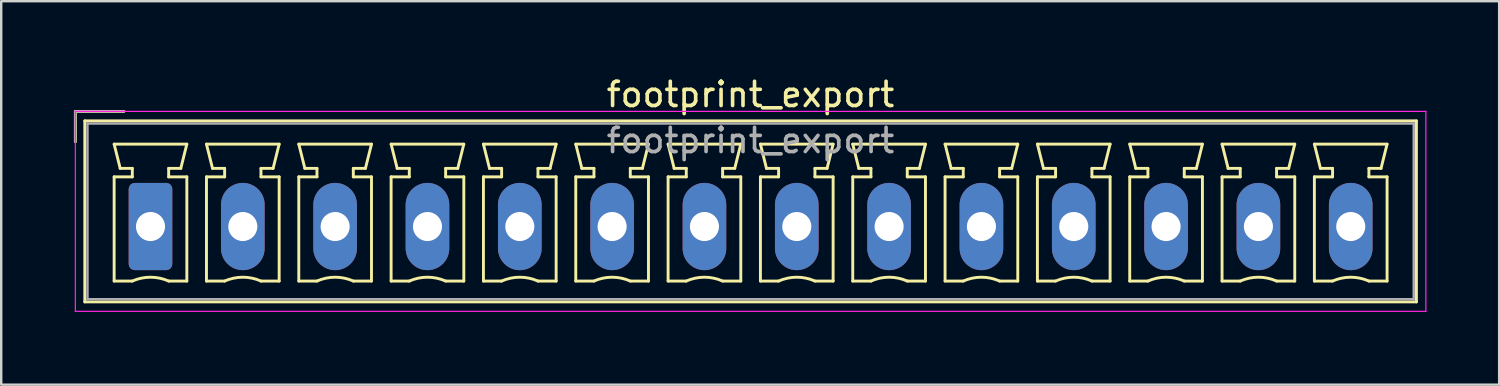
<source format=kicad_pcb>
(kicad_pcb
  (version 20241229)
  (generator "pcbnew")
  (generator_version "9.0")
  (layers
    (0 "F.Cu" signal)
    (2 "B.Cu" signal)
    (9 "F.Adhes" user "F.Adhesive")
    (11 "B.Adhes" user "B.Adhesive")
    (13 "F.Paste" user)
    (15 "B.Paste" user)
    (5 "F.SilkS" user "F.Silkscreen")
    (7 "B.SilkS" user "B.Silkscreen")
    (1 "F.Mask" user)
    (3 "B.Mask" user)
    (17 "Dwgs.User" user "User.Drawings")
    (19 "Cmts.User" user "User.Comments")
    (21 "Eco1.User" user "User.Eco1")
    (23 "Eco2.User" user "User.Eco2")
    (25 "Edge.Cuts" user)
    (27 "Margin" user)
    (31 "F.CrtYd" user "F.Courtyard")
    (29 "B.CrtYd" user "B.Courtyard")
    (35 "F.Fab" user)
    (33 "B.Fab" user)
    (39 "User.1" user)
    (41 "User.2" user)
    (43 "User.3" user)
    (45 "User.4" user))
  (footprint "footprint_export"
    (layer "F.Cu")
    (at 3.16 6.298)
    (property "Reference" "footprint_export" (at 24.76 -5.45 0) (layer "F.SilkS") (effects (font (size 1 1) (thickness 0.15))))
    (attr through_hole)
    (fp_line (start -3.1 -4.75) (end -1.1 -4.75) (stroke (width 0.12) (type solid)) (layer "F.SilkS"))
    (fp_line (start -3.1 -3.5) (end -3.1 -4.75) (stroke (width 0.12) (type solid)) (layer "F.SilkS"))
    (fp_line (start -2.71 -4.36) (end -2.71 3.11) (stroke (width 0.12) (type solid)) (layer "F.SilkS"))
    (fp_line (start -2.71 3.11) (end 52.24 3.11) (stroke (width 0.12) (type solid)) (layer "F.SilkS"))
    (fp_line (start -1.5 -3.4) (end 1.5 -3.4) (stroke (width 0.12) (type solid)) (layer "F.SilkS"))
    (fp_line (start -1.5 -2.05) (end -0.75 -2.05) (stroke (width 0.12) (type solid)) (layer "F.SilkS"))
    (fp_line (start -1.5 2.25) (end -1.5 -2.05) (stroke (width 0.12) (type solid)) (layer "F.SilkS"))
    (fp_line (start -1.25 -2.4) (end -1.5 -3.4) (stroke (width 0.12) (type solid)) (layer "F.SilkS"))
    (fp_line (start -0.75 -2.4) (end -1.25 -2.4) (stroke (width 0.12) (type solid)) (layer "F.SilkS"))
    (fp_line (start -0.75 -2.05) (end -0.75 -2.4) (stroke (width 0.12) (type solid)) (layer "F.SilkS"))
    (fp_line (start -0.75 2.25) (end -1.5 2.25) (stroke (width 0.12) (type solid)) (layer "F.SilkS"))
    (fp_line (start 0.75 -2.4) (end 0.75 -2.05) (stroke (width 0.12) (type solid)) (layer "F.SilkS"))
    (fp_line (start 0.75 -2.05) (end 1.5 -2.05) (stroke (width 0.12) (type solid)) (layer "F.SilkS"))
    (fp_line (start 1.25 -2.4) (end 0.75 -2.4) (stroke (width 0.12) (type solid)) (layer "F.SilkS"))
    (fp_line (start 1.5 -3.4) (end 1.25 -2.4) (stroke (width 0.12) (type solid)) (layer "F.SilkS"))
    (fp_line (start 1.5 -2.05) (end 1.5 2.25) (stroke (width 0.12) (type solid)) (layer "F.SilkS"))
    (fp_line (start 1.5 2.25) (end 0.75 2.25) (stroke (width 0.12) (type solid)) (layer "F.SilkS"))
    (fp_line (start 2.31 -3.4) (end 5.31 -3.4) (stroke (width 0.12) (type solid)) (layer "F.SilkS"))
    (fp_line (start 2.31 -2.05) (end 3.06 -2.05) (stroke (width 0.12) (type solid)) (layer "F.SilkS"))
    (fp_line (start 2.31 2.25) (end 2.31 -2.05) (stroke (width 0.12) (type solid)) (layer "F.SilkS"))
    (fp_line (start 2.56 -2.4) (end 2.31 -3.4) (stroke (width 0.12) (type solid)) (layer "F.SilkS"))
    (fp_line (start 3.06 -2.4) (end 2.56 -2.4) (stroke (width 0.12) (type solid)) (layer "F.SilkS"))
    (fp_line (start 3.06 -2.05) (end 3.06 -2.4) (stroke (width 0.12) (type solid)) (layer "F.SilkS"))
    (fp_line (start 3.06 2.25) (end 2.31 2.25) (stroke (width 0.12) (type solid)) (layer "F.SilkS"))
    (fp_line (start 4.56 -2.4) (end 4.56 -2.05) (stroke (width 0.12) (type solid)) (layer "F.SilkS"))
    (fp_line (start 4.56 -2.05) (end 5.31 -2.05) (stroke (width 0.12) (type solid)) (layer "F.SilkS"))
    (fp_line (start 5.06 -2.4) (end 4.56 -2.4) (stroke (width 0.12) (type solid)) (layer "F.SilkS"))
    (fp_line (start 5.31 -3.4) (end 5.06 -2.4) (stroke (width 0.12) (type solid)) (layer "F.SilkS"))
    (fp_line (start 5.31 -2.05) (end 5.31 2.25) (stroke (width 0.12) (type solid)) (layer "F.SilkS"))
    (fp_line (start 5.31 2.25) (end 4.56 2.25) (stroke (width 0.12) (type solid)) (layer "F.SilkS"))
    (fp_line (start 6.12 -3.4) (end 9.12 -3.4) (stroke (width 0.12) (type solid)) (layer "F.SilkS"))
    (fp_line (start 6.12 -2.05) (end 6.87 -2.05) (stroke (width 0.12) (type solid)) (layer "F.SilkS"))
    (fp_line (start 6.12 2.25) (end 6.12 -2.05) (stroke (width 0.12) (type solid)) (layer "F.SilkS"))
    (fp_line (start 6.37 -2.4) (end 6.12 -3.4) (stroke (width 0.12) (type solid)) (layer "F.SilkS"))
    (fp_line (start 6.87 -2.4) (end 6.37 -2.4) (stroke (width 0.12) (type solid)) (layer "F.SilkS"))
    (fp_line (start 6.87 -2.05) (end 6.87 -2.4) (stroke (width 0.12) (type solid)) (layer "F.SilkS"))
    (fp_line (start 6.87 2.25) (end 6.12 2.25) (stroke (width 0.12) (type solid)) (layer "F.SilkS"))
    (fp_line (start 8.37 -2.4) (end 8.37 -2.05) (stroke (width 0.12) (type solid)) (layer "F.SilkS"))
    (fp_line (start 8.37 -2.05) (end 9.12 -2.05) (stroke (width 0.12) (type solid)) (layer "F.SilkS"))
    (fp_line (start 8.87 -2.4) (end 8.37 -2.4) (stroke (width 0.12) (type solid)) (layer "F.SilkS"))
    (fp_line (start 9.12 -3.4) (end 8.87 -2.4) (stroke (width 0.12) (type solid)) (layer "F.SilkS"))
    (fp_line (start 9.12 -2.05) (end 9.12 2.25) (stroke (width 0.12) (type solid)) (layer "F.SilkS"))
    (fp_line (start 9.12 2.25) (end 8.37 2.25) (stroke (width 0.12) (type solid)) (layer "F.SilkS"))
    (fp_line (start 9.93 -3.4) (end 12.93 -3.4) (stroke (width 0.12) (type solid)) (layer "F.SilkS"))
    (fp_line (start 9.93 -2.05) (end 10.68 -2.05) (stroke (width 0.12) (type solid)) (layer "F.SilkS"))
    (fp_line (start 9.93 2.25) (end 9.93 -2.05) (stroke (width 0.12) (type solid)) (layer "F.SilkS"))
    (fp_line (start 10.18 -2.4) (end 9.93 -3.4) (stroke (width 0.12) (type solid)) (layer "F.SilkS"))
    (fp_line (start 10.68 -2.4) (end 10.18 -2.4) (stroke (width 0.12) (type solid)) (layer "F.SilkS"))
    (fp_line (start 10.68 -2.05) (end 10.68 -2.4) (stroke (width 0.12) (type solid)) (layer "F.SilkS"))
    (fp_line (start 10.68 2.25) (end 9.93 2.25) (stroke (width 0.12) (type solid)) (layer "F.SilkS"))
    (fp_line (start 12.18 -2.4) (end 12.18 -2.05) (stroke (width 0.12) (type solid)) (layer "F.SilkS"))
    (fp_line (start 12.18 -2.05) (end 12.93 -2.05) (stroke (width 0.12) (type solid)) (layer "F.SilkS"))
    (fp_line (start 12.68 -2.4) (end 12.18 -2.4) (stroke (width 0.12) (type solid)) (layer "F.SilkS"))
    (fp_line (start 12.93 -3.4) (end 12.68 -2.4) (stroke (width 0.12) (type solid)) (layer "F.SilkS"))
    (fp_line (start 12.93 -2.05) (end 12.93 2.25) (stroke (width 0.12) (type solid)) (layer "F.SilkS"))
    (fp_line (start 12.93 2.25) (end 12.18 2.25) (stroke (width 0.12) (type solid)) (layer "F.SilkS"))
    (fp_line (start 13.74 -3.4) (end 16.74 -3.4) (stroke (width 0.12) (type solid)) (layer "F.SilkS"))
    (fp_line (start 13.74 -2.05) (end 14.49 -2.05) (stroke (width 0.12) (type solid)) (layer "F.SilkS"))
    (fp_line (start 13.74 2.25) (end 13.74 -2.05) (stroke (width 0.12) (type solid)) (layer "F.SilkS"))
    (fp_line (start 13.99 -2.4) (end 13.74 -3.4) (stroke (width 0.12) (type solid)) (layer "F.SilkS"))
    (fp_line (start 14.49 -2.4) (end 13.99 -2.4) (stroke (width 0.12) (type solid)) (layer "F.SilkS"))
    (fp_line (start 14.49 -2.05) (end 14.49 -2.4) (stroke (width 0.12) (type solid)) (layer "F.SilkS"))
    (fp_line (start 14.49 2.25) (end 13.74 2.25) (stroke (width 0.12) (type solid)) (layer "F.SilkS"))
    (fp_line (start 15.99 -2.4) (end 15.99 -2.05) (stroke (width 0.12) (type solid)) (layer "F.SilkS"))
    (fp_line (start 15.99 -2.05) (end 16.74 -2.05) (stroke (width 0.12) (type solid)) (layer "F.SilkS"))
    (fp_line (start 16.49 -2.4) (end 15.99 -2.4) (stroke (width 0.12) (type solid)) (layer "F.SilkS"))
    (fp_line (start 16.74 -3.4) (end 16.49 -2.4) (stroke (width 0.12) (type solid)) (layer "F.SilkS"))
    (fp_line (start 16.74 -2.05) (end 16.74 2.25) (stroke (width 0.12) (type solid)) (layer "F.SilkS"))
    (fp_line (start 16.74 2.25) (end 15.99 2.25) (stroke (width 0.12) (type solid)) (layer "F.SilkS"))
    (fp_line (start 17.55 -3.4) (end 20.55 -3.4) (stroke (width 0.12) (type solid)) (layer "F.SilkS"))
    (fp_line (start 17.55 -2.05) (end 18.3 -2.05) (stroke (width 0.12) (type solid)) (layer "F.SilkS"))
    (fp_line (start 17.55 2.25) (end 17.55 -2.05) (stroke (width 0.12) (type solid)) (layer "F.SilkS"))
    (fp_line (start 17.8 -2.4) (end 17.55 -3.4) (stroke (width 0.12) (type solid)) (layer "F.SilkS"))
    (fp_line (start 18.3 -2.4) (end 17.8 -2.4) (stroke (width 0.12) (type solid)) (layer "F.SilkS"))
    (fp_line (start 18.3 -2.05) (end 18.3 -2.4) (stroke (width 0.12) (type solid)) (layer "F.SilkS"))
    (fp_line (start 18.3 2.25) (end 17.55 2.25) (stroke (width 0.12) (type solid)) (layer "F.SilkS"))
    (fp_line (start 19.8 -2.4) (end 19.8 -2.05) (stroke (width 0.12) (type solid)) (layer "F.SilkS"))
    (fp_line (start 19.8 -2.05) (end 20.55 -2.05) (stroke (width 0.12) (type solid)) (layer "F.SilkS"))
    (fp_line (start 20.3 -2.4) (end 19.8 -2.4) (stroke (width 0.12) (type solid)) (layer "F.SilkS"))
    (fp_line (start 20.55 -3.4) (end 20.3 -2.4) (stroke (width 0.12) (type solid)) (layer "F.SilkS"))
    (fp_line (start 20.55 -2.05) (end 20.55 2.25) (stroke (width 0.12) (type solid)) (layer "F.SilkS"))
    (fp_line (start 20.55 2.25) (end 19.8 2.25) (stroke (width 0.12) (type solid)) (layer "F.SilkS"))
    (fp_line (start 21.36 -3.4) (end 24.36 -3.4) (stroke (width 0.12) (type solid)) (layer "F.SilkS"))
    (fp_line (start 21.36 -2.05) (end 22.11 -2.05) (stroke (width 0.12) (type solid)) (layer "F.SilkS"))
    (fp_line (start 21.36 2.25) (end 21.36 -2.05) (stroke (width 0.12) (type solid)) (layer "F.SilkS"))
    (fp_line (start 21.61 -2.4) (end 21.36 -3.4) (stroke (width 0.12) (type solid)) (layer "F.SilkS"))
    (fp_line (start 22.11 -2.4) (end 21.61 -2.4) (stroke (width 0.12) (type solid)) (layer "F.SilkS"))
    (fp_line (start 22.11 -2.05) (end 22.11 -2.4) (stroke (width 0.12) (type solid)) (layer "F.SilkS"))
    (fp_line (start 22.11 2.25) (end 21.36 2.25) (stroke (width 0.12) (type solid)) (layer "F.SilkS"))
    (fp_line (start 23.61 -2.4) (end 23.61 -2.05) (stroke (width 0.12) (type solid)) (layer "F.SilkS"))
    (fp_line (start 23.61 -2.05) (end 24.36 -2.05) (stroke (width 0.12) (type solid)) (layer "F.SilkS"))
    (fp_line (start 24.11 -2.4) (end 23.61 -2.4) (stroke (width 0.12) (type solid)) (layer "F.SilkS"))
    (fp_line (start 24.36 -3.4) (end 24.11 -2.4) (stroke (width 0.12) (type solid)) (layer "F.SilkS"))
    (fp_line (start 24.36 -2.05) (end 24.36 2.25) (stroke (width 0.12) (type solid)) (layer "F.SilkS"))
    (fp_line (start 24.36 2.25) (end 23.61 2.25) (stroke (width 0.12) (type solid)) (layer "F.SilkS"))
    (fp_line (start 25.17 -3.4) (end 28.17 -3.4) (stroke (width 0.12) (type solid)) (layer "F.SilkS"))
    (fp_line (start 25.17 -2.05) (end 25.92 -2.05) (stroke (width 0.12) (type solid)) (layer "F.SilkS"))
    (fp_line (start 25.17 2.25) (end 25.17 -2.05) (stroke (width 0.12) (type solid)) (layer "F.SilkS"))
    (fp_line (start 25.42 -2.4) (end 25.17 -3.4) (stroke (width 0.12) (type solid)) (layer "F.SilkS"))
    (fp_line (start 25.92 -2.4) (end 25.42 -2.4) (stroke (width 0.12) (type solid)) (layer "F.SilkS"))
    (fp_line (start 25.92 -2.05) (end 25.92 -2.4) (stroke (width 0.12) (type solid)) (layer "F.SilkS"))
    (fp_line (start 25.92 2.25) (end 25.17 2.25) (stroke (width 0.12) (type solid)) (layer "F.SilkS"))
    (fp_line (start 27.42 -2.4) (end 27.42 -2.05) (stroke (width 0.12) (type solid)) (layer "F.SilkS"))
    (fp_line (start 27.42 -2.05) (end 28.17 -2.05) (stroke (width 0.12) (type solid)) (layer "F.SilkS"))
    (fp_line (start 27.92 -2.4) (end 27.42 -2.4) (stroke (width 0.12) (type solid)) (layer "F.SilkS"))
    (fp_line (start 28.17 -3.4) (end 27.92 -2.4) (stroke (width 0.12) (type solid)) (layer "F.SilkS"))
    (fp_line (start 28.17 -2.05) (end 28.17 2.25) (stroke (width 0.12) (type solid)) (layer "F.SilkS"))
    (fp_line (start 28.17 2.25) (end 27.42 2.25) (stroke (width 0.12) (type solid)) (layer "F.SilkS"))
    (fp_line (start 28.98 -3.4) (end 31.98 -3.4) (stroke (width 0.12) (type solid)) (layer "F.SilkS"))
    (fp_line (start 28.98 -2.05) (end 29.73 -2.05) (stroke (width 0.12) (type solid)) (layer "F.SilkS"))
    (fp_line (start 28.98 2.25) (end 28.98 -2.05) (stroke (width 0.12) (type solid)) (layer "F.SilkS"))
    (fp_line (start 29.23 -2.4) (end 28.98 -3.4) (stroke (width 0.12) (type solid)) (layer "F.SilkS"))
    (fp_line (start 29.73 -2.4) (end 29.23 -2.4) (stroke (width 0.12) (type solid)) (layer "F.SilkS"))
    (fp_line (start 29.73 -2.05) (end 29.73 -2.4) (stroke (width 0.12) (type solid)) (layer "F.SilkS"))
    (fp_line (start 29.73 2.25) (end 28.98 2.25) (stroke (width 0.12) (type solid)) (layer "F.SilkS"))
    (fp_line (start 31.23 -2.4) (end 31.23 -2.05) (stroke (width 0.12) (type solid)) (layer "F.SilkS"))
    (fp_line (start 31.23 -2.05) (end 31.98 -2.05) (stroke (width 0.12) (type solid)) (layer "F.SilkS"))
    (fp_line (start 31.73 -2.4) (end 31.23 -2.4) (stroke (width 0.12) (type solid)) (layer "F.SilkS"))
    (fp_line (start 31.98 -3.4) (end 31.73 -2.4) (stroke (width 0.12) (type solid)) (layer "F.SilkS"))
    (fp_line (start 31.98 -2.05) (end 31.98 2.25) (stroke (width 0.12) (type solid)) (layer "F.SilkS"))
    (fp_line (start 31.98 2.25) (end 31.23 2.25) (stroke (width 0.12) (type solid)) (layer "F.SilkS"))
    (fp_line (start 32.79 -3.4) (end 35.79 -3.4) (stroke (width 0.12) (type solid)) (layer "F.SilkS"))
    (fp_line (start 32.79 -2.05) (end 33.54 -2.05) (stroke (width 0.12) (type solid)) (layer "F.SilkS"))
    (fp_line (start 32.79 2.25) (end 32.79 -2.05) (stroke (width 0.12) (type solid)) (layer "F.SilkS"))
    (fp_line (start 33.04 -2.4) (end 32.79 -3.4) (stroke (width 0.12) (type solid)) (layer "F.SilkS"))
    (fp_line (start 33.54 -2.4) (end 33.04 -2.4) (stroke (width 0.12) (type solid)) (layer "F.SilkS"))
    (fp_line (start 33.54 -2.05) (end 33.54 -2.4) (stroke (width 0.12) (type solid)) (layer "F.SilkS"))
    (fp_line (start 33.54 2.25) (end 32.79 2.25) (stroke (width 0.12) (type solid)) (layer "F.SilkS"))
    (fp_line (start 35.04 -2.4) (end 35.04 -2.05) (stroke (width 0.12) (type solid)) (layer "F.SilkS"))
    (fp_line (start 35.04 -2.05) (end 35.79 -2.05) (stroke (width 0.12) (type solid)) (layer "F.SilkS"))
    (fp_line (start 35.54 -2.4) (end 35.04 -2.4) (stroke (width 0.12) (type solid)) (layer "F.SilkS"))
    (fp_line (start 35.79 -3.4) (end 35.54 -2.4) (stroke (width 0.12) (type solid)) (layer "F.SilkS"))
    (fp_line (start 35.79 -2.05) (end 35.79 2.25) (stroke (width 0.12) (type solid)) (layer "F.SilkS"))
    (fp_line (start 35.79 2.25) (end 35.04 2.25) (stroke (width 0.12) (type solid)) (layer "F.SilkS"))
    (fp_line (start 36.6 -3.4) (end 39.6 -3.4) (stroke (width 0.12) (type solid)) (layer "F.SilkS"))
    (fp_line (start 36.6 -2.05) (end 37.35 -2.05) (stroke (width 0.12) (type solid)) (layer "F.SilkS"))
    (fp_line (start 36.6 2.25) (end 36.6 -2.05) (stroke (width 0.12) (type solid)) (layer "F.SilkS"))
    (fp_line (start 36.85 -2.4) (end 36.6 -3.4) (stroke (width 0.12) (type solid)) (layer "F.SilkS"))
    (fp_line (start 37.35 -2.4) (end 36.85 -2.4) (stroke (width 0.12) (type solid)) (layer "F.SilkS"))
    (fp_line (start 37.35 -2.05) (end 37.35 -2.4) (stroke (width 0.12) (type solid)) (layer "F.SilkS"))
    (fp_line (start 37.35 2.25) (end 36.6 2.25) (stroke (width 0.12) (type solid)) (layer "F.SilkS"))
    (fp_line (start 38.85 -2.4) (end 38.85 -2.05) (stroke (width 0.12) (type solid)) (layer "F.SilkS"))
    (fp_line (start 38.85 -2.05) (end 39.6 -2.05) (stroke (width 0.12) (type solid)) (layer "F.SilkS"))
    (fp_line (start 39.35 -2.4) (end 38.85 -2.4) (stroke (width 0.12) (type solid)) (layer "F.SilkS"))
    (fp_line (start 39.6 -3.4) (end 39.35 -2.4) (stroke (width 0.12) (type solid)) (layer "F.SilkS"))
    (fp_line (start 39.6 -2.05) (end 39.6 2.25) (stroke (width 0.12) (type solid)) (layer "F.SilkS"))
    (fp_line (start 39.6 2.25) (end 38.85 2.25) (stroke (width 0.12) (type solid)) (layer "F.SilkS"))
    (fp_line (start 40.41 -3.4) (end 43.41 -3.4) (stroke (width 0.12) (type solid)) (layer "F.SilkS"))
    (fp_line (start 40.41 -2.05) (end 41.16 -2.05) (stroke (width 0.12) (type solid)) (layer "F.SilkS"))
    (fp_line (start 40.41 2.25) (end 40.41 -2.05) (stroke (width 0.12) (type solid)) (layer "F.SilkS"))
    (fp_line (start 40.66 -2.4) (end 40.41 -3.4) (stroke (width 0.12) (type solid)) (layer "F.SilkS"))
    (fp_line (start 41.16 -2.4) (end 40.66 -2.4) (stroke (width 0.12) (type solid)) (layer "F.SilkS"))
    (fp_line (start 41.16 -2.05) (end 41.16 -2.4) (stroke (width 0.12) (type solid)) (layer "F.SilkS"))
    (fp_line (start 41.16 2.25) (end 40.41 2.25) (stroke (width 0.12) (type solid)) (layer "F.SilkS"))
    (fp_line (start 42.66 -2.4) (end 42.66 -2.05) (stroke (width 0.12) (type solid)) (layer "F.SilkS"))
    (fp_line (start 42.66 -2.05) (end 43.41 -2.05) (stroke (width 0.12) (type solid)) (layer "F.SilkS"))
    (fp_line (start 43.16 -2.4) (end 42.66 -2.4) (stroke (width 0.12) (type solid)) (layer "F.SilkS"))
    (fp_line (start 43.41 -3.4) (end 43.16 -2.4) (stroke (width 0.12) (type solid)) (layer "F.SilkS"))
    (fp_line (start 43.41 -2.05) (end 43.41 2.25) (stroke (width 0.12) (type solid)) (layer "F.SilkS"))
    (fp_line (start 43.41 2.25) (end 42.66 2.25) (stroke (width 0.12) (type solid)) (layer "F.SilkS"))
    (fp_line (start 44.22 -3.4) (end 47.22 -3.4) (stroke (width 0.12) (type solid)) (layer "F.SilkS"))
    (fp_line (start 44.22 -2.05) (end 44.97 -2.05) (stroke (width 0.12) (type solid)) (layer "F.SilkS"))
    (fp_line (start 44.22 2.25) (end 44.22 -2.05) (stroke (width 0.12) (type solid)) (layer "F.SilkS"))
    (fp_line (start 44.47 -2.4) (end 44.22 -3.4) (stroke (width 0.12) (type solid)) (layer "F.SilkS"))
    (fp_line (start 44.97 -2.4) (end 44.47 -2.4) (stroke (width 0.12) (type solid)) (layer "F.SilkS"))
    (fp_line (start 44.97 -2.05) (end 44.97 -2.4) (stroke (width 0.12) (type solid)) (layer "F.SilkS"))
    (fp_line (start 44.97 2.25) (end 44.22 2.25) (stroke (width 0.12) (type solid)) (layer "F.SilkS"))
    (fp_line (start 46.47 -2.4) (end 46.47 -2.05) (stroke (width 0.12) (type solid)) (layer "F.SilkS"))
    (fp_line (start 46.47 -2.05) (end 47.22 -2.05) (stroke (width 0.12) (type solid)) (layer "F.SilkS"))
    (fp_line (start 46.97 -2.4) (end 46.47 -2.4) (stroke (width 0.12) (type solid)) (layer "F.SilkS"))
    (fp_line (start 47.22 -3.4) (end 46.97 -2.4) (stroke (width 0.12) (type solid)) (layer "F.SilkS"))
    (fp_line (start 47.22 -2.05) (end 47.22 2.25) (stroke (width 0.12) (type solid)) (layer "F.SilkS"))
    (fp_line (start 47.22 2.25) (end 46.47 2.25) (stroke (width 0.12) (type solid)) (layer "F.SilkS"))
    (fp_line (start 48.03 -3.4) (end 51.03 -3.4) (stroke (width 0.12) (type solid)) (layer "F.SilkS"))
    (fp_line (start 48.03 -2.05) (end 48.78 -2.05) (stroke (width 0.12) (type solid)) (layer "F.SilkS"))
    (fp_line (start 48.03 2.25) (end 48.03 -2.05) (stroke (width 0.12) (type solid)) (layer "F.SilkS"))
    (fp_line (start 48.28 -2.4) (end 48.03 -3.4) (stroke (width 0.12) (type solid)) (layer "F.SilkS"))
    (fp_line (start 48.78 -2.4) (end 48.28 -2.4) (stroke (width 0.12) (type solid)) (layer "F.SilkS"))
    (fp_line (start 48.78 -2.05) (end 48.78 -2.4) (stroke (width 0.12) (type solid)) (layer "F.SilkS"))
    (fp_line (start 48.78 2.25) (end 48.03 2.25) (stroke (width 0.12) (type solid)) (layer "F.SilkS"))
    (fp_line (start 50.28 -2.4) (end 50.28 -2.05) (stroke (width 0.12) (type solid)) (layer "F.SilkS"))
    (fp_line (start 50.28 -2.05) (end 51.03 -2.05) (stroke (width 0.12) (type solid)) (layer "F.SilkS"))
    (fp_line (start 50.78 -2.4) (end 50.28 -2.4) (stroke (width 0.12) (type solid)) (layer "F.SilkS"))
    (fp_line (start 51.03 -3.4) (end 50.78 -2.4) (stroke (width 0.12) (type solid)) (layer "F.SilkS"))
    (fp_line (start 51.03 -2.05) (end 51.03 2.25) (stroke (width 0.12) (type solid)) (layer "F.SilkS"))
    (fp_line (start 51.03 2.25) (end 50.28 2.25) (stroke (width 0.12) (type solid)) (layer "F.SilkS"))
    (fp_line (start 52.24 -4.36) (end -2.71 -4.36) (stroke (width 0.12) (type solid)) (layer "F.SilkS"))
    (fp_line (start 52.24 3.11) (end 52.24 -4.36) (stroke (width 0.12) (type solid)) (layer "F.SilkS"))
    (fp_arc (start -0.75 2.25) (mid -0.000193 2.09191) (end 0.749647 2.249844) (stroke (width 0.12) (type solid)) (layer "F.SilkS"))
    (fp_arc (start 3.06 2.25) (mid 3.809807 2.09191) (end 4.559647 2.249844) (stroke (width 0.12) (type solid)) (layer "F.SilkS"))
    (fp_arc (start 6.87 2.25) (mid 7.619807 2.09191) (end 8.369647 2.249844) (stroke (width 0.12) (type solid)) (layer "F.SilkS"))
    (fp_arc (start 10.68 2.25) (mid 11.429807 2.09191) (end 12.179647 2.249844) (stroke (width 0.12) (type solid)) (layer "F.SilkS"))
    (fp_arc (start 14.49 2.25) (mid 15.239807 2.09191) (end 15.989647 2.249844) (stroke (width 0.12) (type solid)) (layer "F.SilkS"))
    (fp_arc (start 18.3 2.25) (mid 19.049807 2.09191) (end 19.799647 2.249844) (stroke (width 0.12) (type solid)) (layer "F.SilkS"))
    (fp_arc (start 22.11 2.25) (mid 22.859807 2.09191) (end 23.609647 2.249844) (stroke (width 0.12) (type solid)) (layer "F.SilkS"))
    (fp_arc (start 25.92 2.25) (mid 26.669807 2.09191) (end 27.419647 2.249844) (stroke (width 0.12) (type solid)) (layer "F.SilkS"))
    (fp_arc (start 29.73 2.25) (mid 30.479807 2.09191) (end 31.229647 2.249844) (stroke (width 0.12) (type solid)) (layer "F.SilkS"))
    (fp_arc (start 33.54 2.25) (mid 34.289807 2.09191) (end 35.039647 2.249844) (stroke (width 0.12) (type solid)) (layer "F.SilkS"))
    (fp_arc (start 37.35 2.25) (mid 38.099807 2.09191) (end 38.849647 2.249844) (stroke (width 0.12) (type solid)) (layer "F.SilkS"))
    (fp_arc (start 41.16 2.25) (mid 41.909807 2.09191) (end 42.659647 2.249844) (stroke (width 0.12) (type solid)) (layer "F.SilkS"))
    (fp_arc (start 44.97 2.25) (mid 45.719807 2.09191) (end 46.469647 2.249844) (stroke (width 0.12) (type solid)) (layer "F.SilkS"))
    (fp_arc (start 48.78 2.25) (mid 49.529807 2.09191) (end 50.279647 2.249844) (stroke (width 0.12) (type solid)) (layer "F.SilkS"))
    (fp_line (start -3.1 -4.75) (end -3.1 3.5) (stroke (width 0.05) (type solid)) (layer "F.CrtYd"))
    (fp_line (start -3.1 3.5) (end 52.63 3.5) (stroke (width 0.05) (type solid)) (layer "F.CrtYd"))
    (fp_line (start 52.63 -4.75) (end -3.1 -4.75) (stroke (width 0.05) (type solid)) (layer "F.CrtYd"))
    (fp_line (start 52.63 3.5) (end 52.63 -4.75) (stroke (width 0.05) (type solid)) (layer "F.CrtYd"))
    (fp_line (start -3.1 -4.75) (end -1.1 -4.75) (stroke (width 0.1) (type solid)) (layer "F.Fab"))
    (fp_line (start -3.1 -3.5) (end -3.1 -4.75) (stroke (width 0.1) (type solid)) (layer "F.Fab"))
    (fp_line (start -2.6 -4.25) (end -2.6 3) (stroke (width 0.1) (type solid)) (layer "F.Fab"))
    (fp_line (start -2.6 3) (end 52.13 3) (stroke (width 0.1) (type solid)) (layer "F.Fab"))
    (fp_line (start 52.13 -4.25) (end -2.6 -4.25) (stroke (width 0.1) (type solid)) (layer "F.Fab"))
    (fp_line (start 52.13 3) (end 52.13 -4.25) (stroke (width 0.1) (type solid)) (layer "F.Fab"))
    (fp_text user "${REFERENCE}" (at 24.76 -3.55 0) (layer "F.Fab") (effects (font (size 1 1) (thickness 0.15))))
    (pad "1" thru_hole roundrect (at 0 0) (size 1.8 3.6) (drill 1.2) (layers "*.Cu" "*.Mask") (roundrect_rratio 0.139))
    (pad "2" thru_hole oval (at 3.81 0) (size 1.8 3.6) (drill 1.2) (layers "*.Cu" "*.Mask"))
    (pad "3" thru_hole oval (at 7.62 0) (size 1.8 3.6) (drill 1.2) (layers "*.Cu" "*.Mask"))
    (pad "4" thru_hole oval (at 11.43 0) (size 1.8 3.6) (drill 1.2) (layers "*.Cu" "*.Mask"))
    (pad "5" thru_hole oval (at 15.24 0) (size 1.8 3.6) (drill 1.2) (layers "*.Cu" "*.Mask"))
    (pad "6" thru_hole oval (at 19.05 0) (size 1.8 3.6) (drill 1.2) (layers "*.Cu" "*.Mask"))
    (pad "7" thru_hole oval (at 22.86 0) (size 1.8 3.6) (drill 1.2) (layers "*.Cu" "*.Mask"))
    (pad "8" thru_hole oval (at 26.67 0) (size 1.8 3.6) (drill 1.2) (layers "*.Cu" "*.Mask"))
    (pad "9" thru_hole oval (at 30.48 0) (size 1.8 3.6) (drill 1.2) (layers "*.Cu" "*.Mask"))
    (pad "10" thru_hole oval (at 34.29 0) (size 1.8 3.6) (drill 1.2) (layers "*.Cu" "*.Mask"))
    (pad "11" thru_hole oval (at 38.1 0) (size 1.8 3.6) (drill 1.2) (layers "*.Cu" "*.Mask"))
    (pad "12" thru_hole oval (at 41.91 0) (size 1.8 3.6) (drill 1.2) (layers "*.Cu" "*.Mask"))
    (pad "13" thru_hole oval (at 45.72 0) (size 1.8 3.6) (drill 1.2) (layers "*.Cu" "*.Mask"))
    (pad "14" thru_hole oval (at 49.53 0) (size 1.8 3.6) (drill 1.2) (layers "*.Cu" "*.Mask")))
  (gr_rect
    (start -3 -3)
    (end 58.815 12.823)
    (stroke (width 0.1) (type default))
    (fill no)
    (layer "Edge.Cuts")))
</source>
